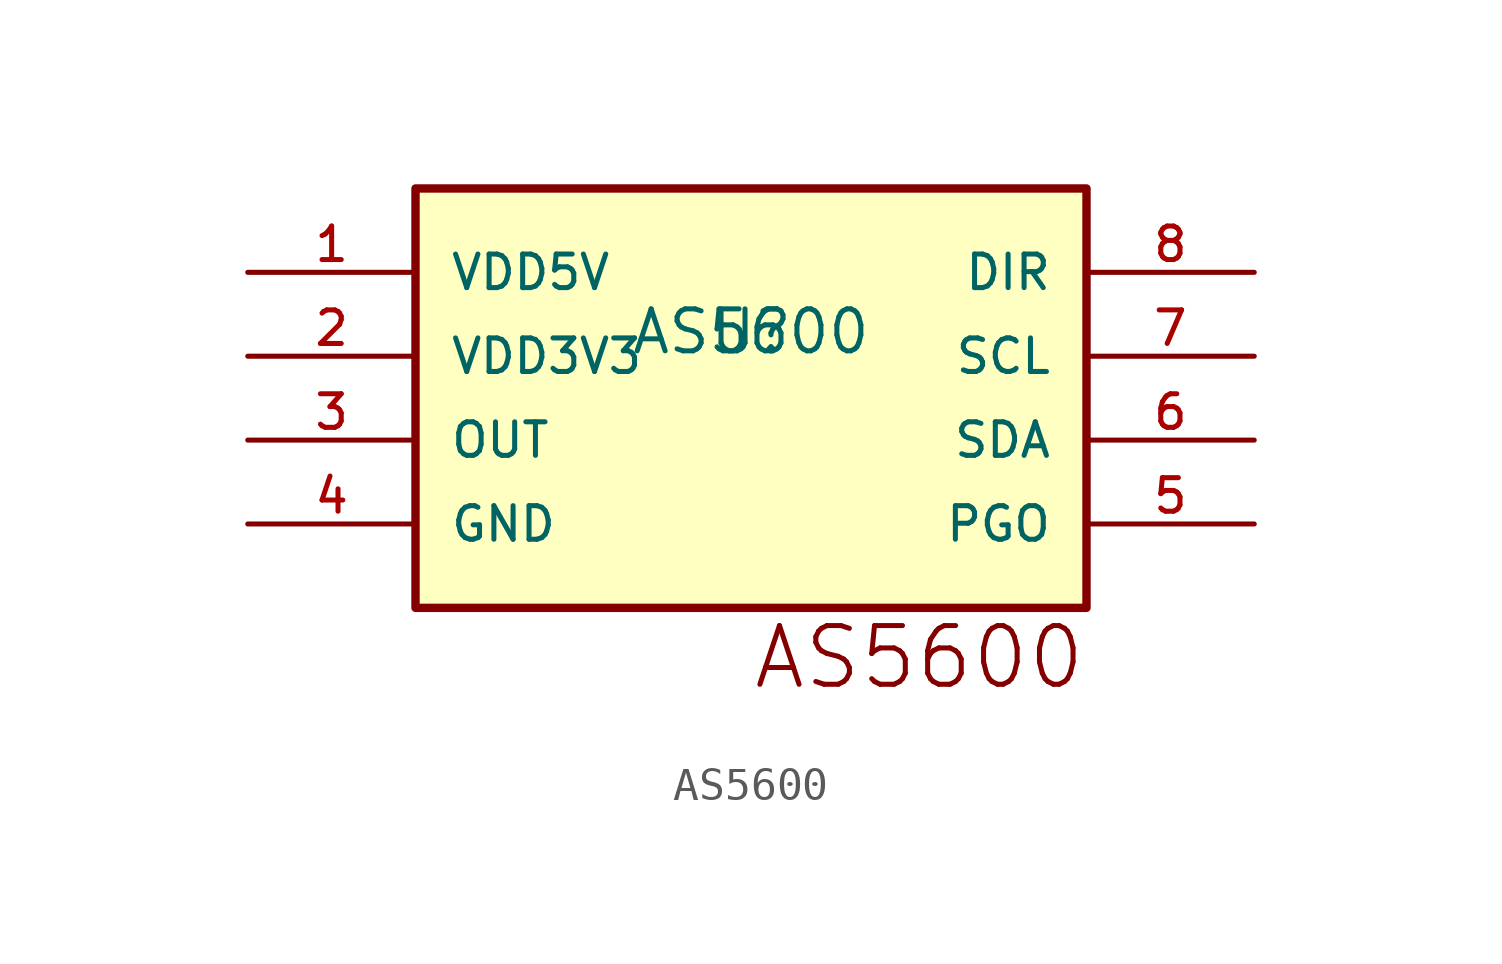
<source format=kicad_sym>
(kicad_symbol_lib
  (version 20211014)
  (generator kicad_symbol_editor)
  (symbol "AS5600"
    (pin_names
      (offset 1.016))
    (property "Reference" "U"
      (at 0 0 0)
      (effects (font (size 1.27 1.27)) (justify bottom)))
    (property "Value" "AS5600"
      (at 0 0.0 0)
      (effects (font (size 1.27 1.27)) (justify bottom)))
    (symbol "AS5600_0_0"
      (text "AS5600" (at 0.0 -10.16 0) (effects (font (size 1.778 1.778)) (justify bottom left)))
      (rectangle (start -10.16 -7.62) (end 10.16 5.08) (stroke (width 0.254)) (fill (type background)))
      (pin power_in line (at -15.24 2.54 0) (length 5.08) (name "VDD5V" (effects (font (size 1.016 1.016)))) (number "1" (effects (font (size 1.016 1.016)))))
      (pin power_in line (at -15.24 0.0 0) (length 5.08) (name "VDD3V3" (effects (font (size 1.016 1.016)))) (number "2" (effects (font (size 1.016 1.016)))))
      (pin output line (at -15.24 -2.54 0) (length 5.08) (name "OUT" (effects (font (size 1.016 1.016)))) (number "3" (effects (font (size 1.016 1.016)))))
      (pin power_in line (at -15.24 -5.08 0) (length 5.08) (name "GND" (effects (font (size 1.016 1.016)))) (number "4" (effects (font (size 1.016 1.016)))))
      (pin input line (at 15.24 -5.08 180.0) (length 5.08) (name "PGO" (effects (font (size 1.016 1.016)))) (number "5" (effects (font (size 1.016 1.016)))))
      (pin bidirectional line (at 15.24 -2.54 180.0) (length 5.08) (name "SDA" (effects (font (size 1.016 1.016)))) (number "6" (effects (font (size 1.016 1.016)))))
      (pin input line (at 15.24 0.0 180.0) (length 5.08) (name "SCL" (effects (font (size 1.016 1.016)))) (number "7" (effects (font (size 1.016 1.016)))))
      (pin input line (at 15.24 2.54 180.0) (length 5.08) (name "DIR" (effects (font (size 1.016 1.016)))) (number "8" (effects (font (size 1.016 1.016))))))))
</source>
